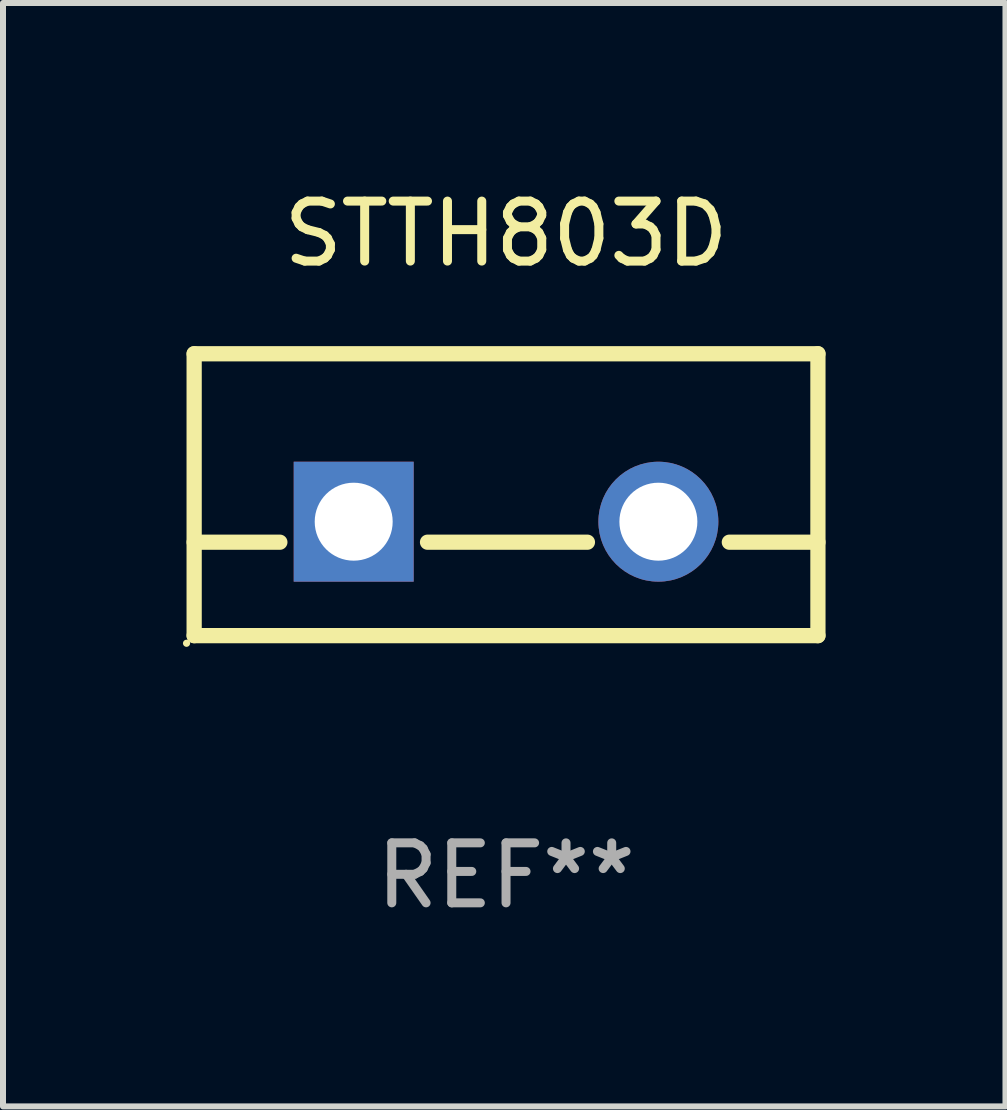
<source format=kicad_pcb>
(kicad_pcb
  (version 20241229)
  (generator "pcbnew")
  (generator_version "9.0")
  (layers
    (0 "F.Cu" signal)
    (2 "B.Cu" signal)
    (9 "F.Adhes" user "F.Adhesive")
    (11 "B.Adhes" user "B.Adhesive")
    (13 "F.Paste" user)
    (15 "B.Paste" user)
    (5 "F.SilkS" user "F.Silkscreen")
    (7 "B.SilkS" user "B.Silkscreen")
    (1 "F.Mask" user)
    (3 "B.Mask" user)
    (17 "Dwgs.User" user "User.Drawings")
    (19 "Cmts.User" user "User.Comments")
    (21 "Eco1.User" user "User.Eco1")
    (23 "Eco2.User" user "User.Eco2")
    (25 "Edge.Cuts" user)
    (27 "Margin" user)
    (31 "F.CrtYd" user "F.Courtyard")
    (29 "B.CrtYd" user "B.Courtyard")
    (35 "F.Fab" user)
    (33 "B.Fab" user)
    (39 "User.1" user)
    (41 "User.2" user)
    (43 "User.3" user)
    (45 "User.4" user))
  (footprint "STTH803D"
    (layer "F.Cu")
    (at 5.387 5.198)
    (property "Reference" "STTH803D" (at 0 -4.35 0) (layer "F.SilkS") (effects (font (size 1 1) (thickness 0.15))))
    (attr through_hole)
    (fp_line (start -5.2 -2.35) (end -5.2 2.35) (stroke (width 0.254) (type solid)) (layer "F.SilkS"))
    (fp_line (start -5.2 -2.35) (end 5.2 -2.35) (stroke (width 0.254) (type solid)) (layer "F.SilkS"))
    (fp_line (start -5.2 0.792) (end -3.771 0.792) (stroke (width 0.254) (type solid)) (layer "F.SilkS"))
    (fp_line (start -5.2 2.35) (end 5.2 2.35) (stroke (width 0.254) (type solid)) (layer "F.SilkS"))
    (fp_line (start -1.309 0.792) (end 1.357 0.792) (stroke (width 0.254) (type solid)) (layer "F.SilkS"))
    (fp_line (start 3.723 0.792) (end 5.2 0.792) (stroke (width 0.254) (type solid)) (layer "F.SilkS"))
    (fp_line (start 5.2 -2.35) (end 5.2 2.35) (stroke (width 0.254) (type solid)) (layer "F.SilkS"))
    (fp_circle (center -5.327 2.477) (end -5.297 2.477) (stroke (width 0.06) (type solid)) (fill no) (layer "F.SilkS"))
    (fp_text user "REF**" (at 0 6.35 0) (layer "F.Fab") (effects (font (size 1 1) (thickness 0.15))))
    (pad "1" thru_hole rect (at -2.54 0.45) (size 2 2) (drill 1.3) (layers "*.Cu" "*.Mask"))
    (pad "2" thru_hole circle (at 2.54 0.45) (size 2 2) (drill 1.3) (layers "*.Cu" "*.Mask")))
  (gr_rect
    (start -3 -3)
    (end 13.714 15.397)
    (stroke (width 0.1) (type default))
    (fill no)
    (layer "Edge.Cuts")))
</source>
